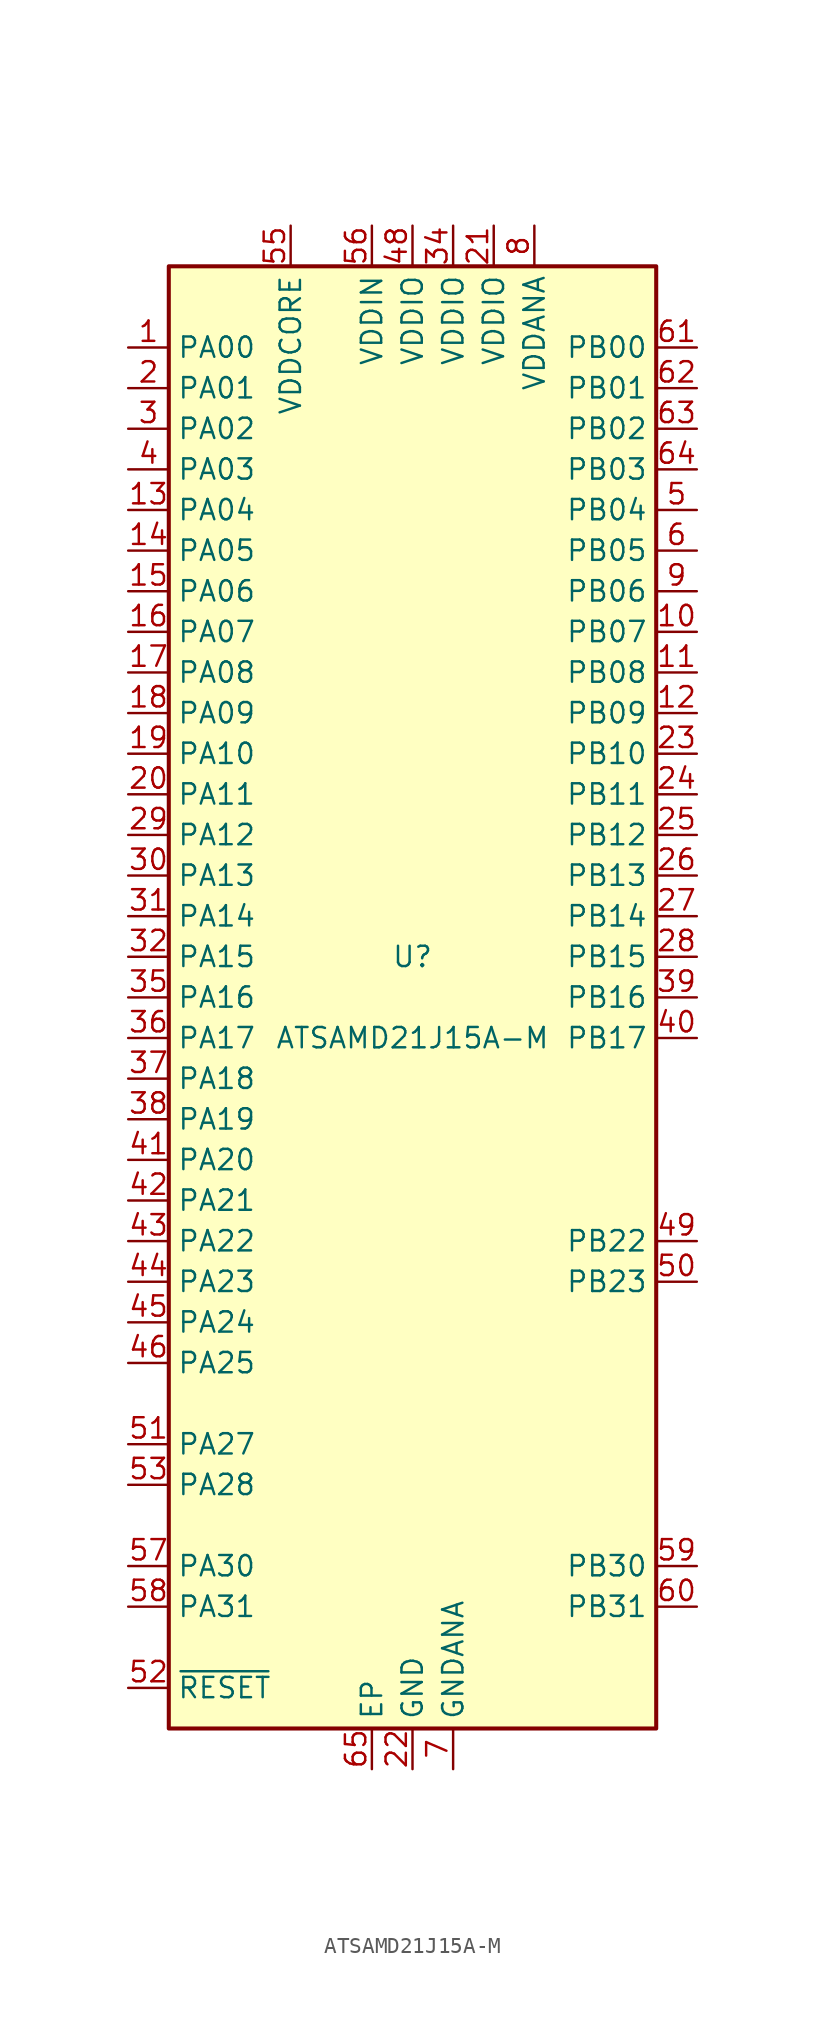
<source format=kicad_sym>
(kicad_symbol_lib
  (version 20241209)
  (generator "kicad_symbol_editor")
  (generator_version "9.0")
  (symbol "ATSAMD21J15A-M"
    (property "Reference" "U"
      (at 0 2.54 0)
      (effects (font (size 1.27 1.27))))
    (property "Value" "ATSAMD21J15A-M"
      (at 0 -2.54 0)
      (effects (font (size 1.27 1.27))))
    (symbol "ATSAMD21J15A-M_0_1"
      (rectangle (start -15.24 45.72) (end 15.24 -45.72) (stroke (width 0.254) (type default)) (fill (type background))))
    (symbol "ATSAMD21J15A-M_1_1"
      (pin bidirectional line (at -17.78 40.64 0) (length 2.54) (name "PA00" (effects (font (size 1.27 1.27)))) (number "1" (effects (font (size 1.27 1.27)))))
      (pin bidirectional line (at -17.78 38.1 0) (length 2.54) (name "PA01" (effects (font (size 1.27 1.27)))) (number "2" (effects (font (size 1.27 1.27)))))
      (pin bidirectional line (at -17.78 35.56 0) (length 2.54) (name "PA02" (effects (font (size 1.27 1.27)))) (number "3" (effects (font (size 1.27 1.27)))))
      (pin bidirectional line (at -17.78 33.02 0) (length 2.54) (name "PA03" (effects (font (size 1.27 1.27)))) (number "4" (effects (font (size 1.27 1.27)))))
      (pin bidirectional line (at -17.78 30.48 0) (length 2.54) (name "PA04" (effects (font (size 1.27 1.27)))) (number "13" (effects (font (size 1.27 1.27)))))
      (pin bidirectional line (at -17.78 27.94 0) (length 2.54) (name "PA05" (effects (font (size 1.27 1.27)))) (number "14" (effects (font (size 1.27 1.27)))))
      (pin bidirectional line (at -17.78 25.4 0) (length 2.54) (name "PA06" (effects (font (size 1.27 1.27)))) (number "15" (effects (font (size 1.27 1.27)))))
      (pin bidirectional line (at -17.78 22.86 0) (length 2.54) (name "PA07" (effects (font (size 1.27 1.27)))) (number "16" (effects (font (size 1.27 1.27)))))
      (pin bidirectional line (at -17.78 20.32 0) (length 2.54) (name "PA08" (effects (font (size 1.27 1.27)))) (number "17" (effects (font (size 1.27 1.27)))))
      (pin bidirectional line (at -17.78 17.78 0) (length 2.54) (name "PA09" (effects (font (size 1.27 1.27)))) (number "18" (effects (font (size 1.27 1.27)))))
      (pin bidirectional line (at -17.78 15.24 0) (length 2.54) (name "PA10" (effects (font (size 1.27 1.27)))) (number "19" (effects (font (size 1.27 1.27)))))
      (pin bidirectional line (at -17.78 12.7 0) (length 2.54) (name "PA11" (effects (font (size 1.27 1.27)))) (number "20" (effects (font (size 1.27 1.27)))))
      (pin bidirectional line (at -17.78 10.16 0) (length 2.54) (name "PA12" (effects (font (size 1.27 1.27)))) (number "29" (effects (font (size 1.27 1.27)))))
      (pin bidirectional line (at -17.78 7.62 0) (length 2.54) (name "PA13" (effects (font (size 1.27 1.27)))) (number "30" (effects (font (size 1.27 1.27)))))
      (pin bidirectional line (at -17.78 5.08 0) (length 2.54) (name "PA14" (effects (font (size 1.27 1.27)))) (number "31" (effects (font (size 1.27 1.27)))))
      (pin bidirectional line (at -17.78 2.54 0) (length 2.54) (name "PA15" (effects (font (size 1.27 1.27)))) (number "32" (effects (font (size 1.27 1.27)))))
      (pin bidirectional line (at -17.78 0 0) (length 2.54) (name "PA16" (effects (font (size 1.27 1.27)))) (number "35" (effects (font (size 1.27 1.27)))))
      (pin bidirectional line (at -17.78 -2.54 0) (length 2.54) (name "PA17" (effects (font (size 1.27 1.27)))) (number "36" (effects (font (size 1.27 1.27)))))
      (pin bidirectional line (at -17.78 -5.08 0) (length 2.54) (name "PA18" (effects (font (size 1.27 1.27)))) (number "37" (effects (font (size 1.27 1.27)))))
      (pin bidirectional line (at -17.78 -7.62 0) (length 2.54) (name "PA19" (effects (font (size 1.27 1.27)))) (number "38" (effects (font (size 1.27 1.27)))))
      (pin bidirectional line (at -17.78 -10.16 0) (length 2.54) (name "PA20" (effects (font (size 1.27 1.27)))) (number "41" (effects (font (size 1.27 1.27)))))
      (pin bidirectional line (at -17.78 -12.7 0) (length 2.54) (name "PA21" (effects (font (size 1.27 1.27)))) (number "42" (effects (font (size 1.27 1.27)))))
      (pin bidirectional line (at -17.78 -15.24 0) (length 2.54) (name "PA22" (effects (font (size 1.27 1.27)))) (number "43" (effects (font (size 1.27 1.27)))))
      (pin bidirectional line (at -17.78 -17.78 0) (length 2.54) (name "PA23" (effects (font (size 1.27 1.27)))) (number "44" (effects (font (size 1.27 1.27)))))
      (pin bidirectional line (at -17.78 -20.32 0) (length 2.54) (name "PA24" (effects (font (size 1.27 1.27)))) (number "45" (effects (font (size 1.27 1.27)))))
      (pin bidirectional line (at -17.78 -22.86 0) (length 2.54) (name "PA25" (effects (font (size 1.27 1.27)))) (number "46" (effects (font (size 1.27 1.27)))))
      (pin bidirectional line (at -17.78 -27.94 0) (length 2.54) (name "PA27" (effects (font (size 1.27 1.27)))) (number "51" (effects (font (size 1.27 1.27)))))
      (pin bidirectional line (at -17.78 -30.48 0) (length 2.54) (name "PA28" (effects (font (size 1.27 1.27)))) (number "53" (effects (font (size 1.27 1.27)))))
      (pin bidirectional line (at -17.78 -35.56 0) (length 2.54) (name "PA30" (effects (font (size 1.27 1.27)))) (number "57" (effects (font (size 1.27 1.27)))))
      (pin bidirectional line (at -17.78 -38.1 0) (length 2.54) (name "PA31" (effects (font (size 1.27 1.27)))) (number "58" (effects (font (size 1.27 1.27)))))
      (pin input line (at -17.78 -43.18 0) (length 2.54) (name "~{RESET}" (effects (font (size 1.27 1.27)))) (number "52" (effects (font (size 1.27 1.27)))))
      (pin power_out line (at -7.62 48.26 270) (length 2.54) (name "VDDCORE" (effects (font (size 1.27 1.27)))) (number "55" (effects (font (size 1.27 1.27)))))
      (pin power_in line (at -2.54 48.26 270) (length 2.54) (name "VDDIN" (effects (font (size 1.27 1.27)))) (number "56" (effects (font (size 1.27 1.27)))))
      (pin passive line (at -2.54 -48.26 90) (length 2.54) (name "EP" (effects (font (size 1.27 1.27)))) (number "65" (effects (font (size 1.27 1.27)))))
      (pin power_in line (at 0 48.26 270) (length 2.54) (name "VDDIO" (effects (font (size 1.27 1.27)))) (number "48" (effects (font (size 1.27 1.27)))))
      (pin power_in line (at 0 -48.26 90) (length 2.54) (name "GND" (effects (font (size 1.27 1.27)))) (number "22" (effects (font (size 1.27 1.27)))))
      (pin passive line (at 0 -48.26 90) (length 2.54) (hide yes) (name "GND" (effects (font (size 1.27 1.27)))) (number "33" (effects (font (size 1.27 1.27)))))
      (pin passive line (at 0 -48.26 90) (length 2.54) (hide yes) (name "GND" (effects (font (size 1.27 1.27)))) (number "47" (effects (font (size 1.27 1.27)))))
      (pin passive line (at 0 -48.26 90) (length 2.54) (hide yes) (name "GND" (effects (font (size 1.27 1.27)))) (number "54" (effects (font (size 1.27 1.27)))))
      (pin power_in line (at 2.54 48.26 270) (length 2.54) (name "VDDIO" (effects (font (size 1.27 1.27)))) (number "34" (effects (font (size 1.27 1.27)))))
      (pin power_in line (at 2.54 -48.26 90) (length 2.54) (name "GNDANA" (effects (font (size 1.27 1.27)))) (number "7" (effects (font (size 1.27 1.27)))))
      (pin power_in line (at 5.08 48.26 270) (length 2.54) (name "VDDIO" (effects (font (size 1.27 1.27)))) (number "21" (effects (font (size 1.27 1.27)))))
      (pin power_in line (at 7.62 48.26 270) (length 2.54) (name "VDDANA" (effects (font (size 1.27 1.27)))) (number "8" (effects (font (size 1.27 1.27)))))
      (pin bidirectional line (at 17.78 40.64 180) (length 2.54) (name "PB00" (effects (font (size 1.27 1.27)))) (number "61" (effects (font (size 1.27 1.27)))))
      (pin bidirectional line (at 17.78 38.1 180) (length 2.54) (name "PB01" (effects (font (size 1.27 1.27)))) (number "62" (effects (font (size 1.27 1.27)))))
      (pin bidirectional line (at 17.78 35.56 180) (length 2.54) (name "PB02" (effects (font (size 1.27 1.27)))) (number "63" (effects (font (size 1.27 1.27)))))
      (pin bidirectional line (at 17.78 33.02 180) (length 2.54) (name "PB03" (effects (font (size 1.27 1.27)))) (number "64" (effects (font (size 1.27 1.27)))))
      (pin bidirectional line (at 17.78 30.48 180) (length 2.54) (name "PB04" (effects (font (size 1.27 1.27)))) (number "5" (effects (font (size 1.27 1.27)))))
      (pin bidirectional line (at 17.78 27.94 180) (length 2.54) (name "PB05" (effects (font (size 1.27 1.27)))) (number "6" (effects (font (size 1.27 1.27)))))
      (pin bidirectional line (at 17.78 25.4 180) (length 2.54) (name "PB06" (effects (font (size 1.27 1.27)))) (number "9" (effects (font (size 1.27 1.27)))))
      (pin bidirectional line (at 17.78 22.86 180) (length 2.54) (name "PB07" (effects (font (size 1.27 1.27)))) (number "10" (effects (font (size 1.27 1.27)))))
      (pin bidirectional line (at 17.78 20.32 180) (length 2.54) (name "PB08" (effects (font (size 1.27 1.27)))) (number "11" (effects (font (size 1.27 1.27)))))
      (pin bidirectional line (at 17.78 17.78 180) (length 2.54) (name "PB09" (effects (font (size 1.27 1.27)))) (number "12" (effects (font (size 1.27 1.27)))))
      (pin bidirectional line (at 17.78 15.24 180) (length 2.54) (name "PB10" (effects (font (size 1.27 1.27)))) (number "23" (effects (font (size 1.27 1.27)))))
      (pin bidirectional line (at 17.78 12.7 180) (length 2.54) (name "PB11" (effects (font (size 1.27 1.27)))) (number "24" (effects (font (size 1.27 1.27)))))
      (pin bidirectional line (at 17.78 10.16 180) (length 2.54) (name "PB12" (effects (font (size 1.27 1.27)))) (number "25" (effects (font (size 1.27 1.27)))))
      (pin bidirectional line (at 17.78 7.62 180) (length 2.54) (name "PB13" (effects (font (size 1.27 1.27)))) (number "26" (effects (font (size 1.27 1.27)))))
      (pin bidirectional line (at 17.78 5.08 180) (length 2.54) (name "PB14" (effects (font (size 1.27 1.27)))) (number "27" (effects (font (size 1.27 1.27)))))
      (pin bidirectional line (at 17.78 2.54 180) (length 2.54) (name "PB15" (effects (font (size 1.27 1.27)))) (number "28" (effects (font (size 1.27 1.27)))))
      (pin bidirectional line (at 17.78 0 180) (length 2.54) (name "PB16" (effects (font (size 1.27 1.27)))) (number "39" (effects (font (size 1.27 1.27)))))
      (pin bidirectional line (at 17.78 -2.54 180) (length 2.54) (name "PB17" (effects (font (size 1.27 1.27)))) (number "40" (effects (font (size 1.27 1.27)))))
      (pin bidirectional line (at 17.78 -15.24 180) (length 2.54) (name "PB22" (effects (font (size 1.27 1.27)))) (number "49" (effects (font (size 1.27 1.27)))))
      (pin bidirectional line (at 17.78 -17.78 180) (length 2.54) (name "PB23" (effects (font (size 1.27 1.27)))) (number "50" (effects (font (size 1.27 1.27)))))
      (pin bidirectional line (at 17.78 -35.56 180) (length 2.54) (name "PB30" (effects (font (size 1.27 1.27)))) (number "59" (effects (font (size 1.27 1.27)))))
      (pin bidirectional line (at 17.78 -38.1 180) (length 2.54) (name "PB31" (effects (font (size 1.27 1.27)))) (number "60" (effects (font (size 1.27 1.27))))))))
</source>
